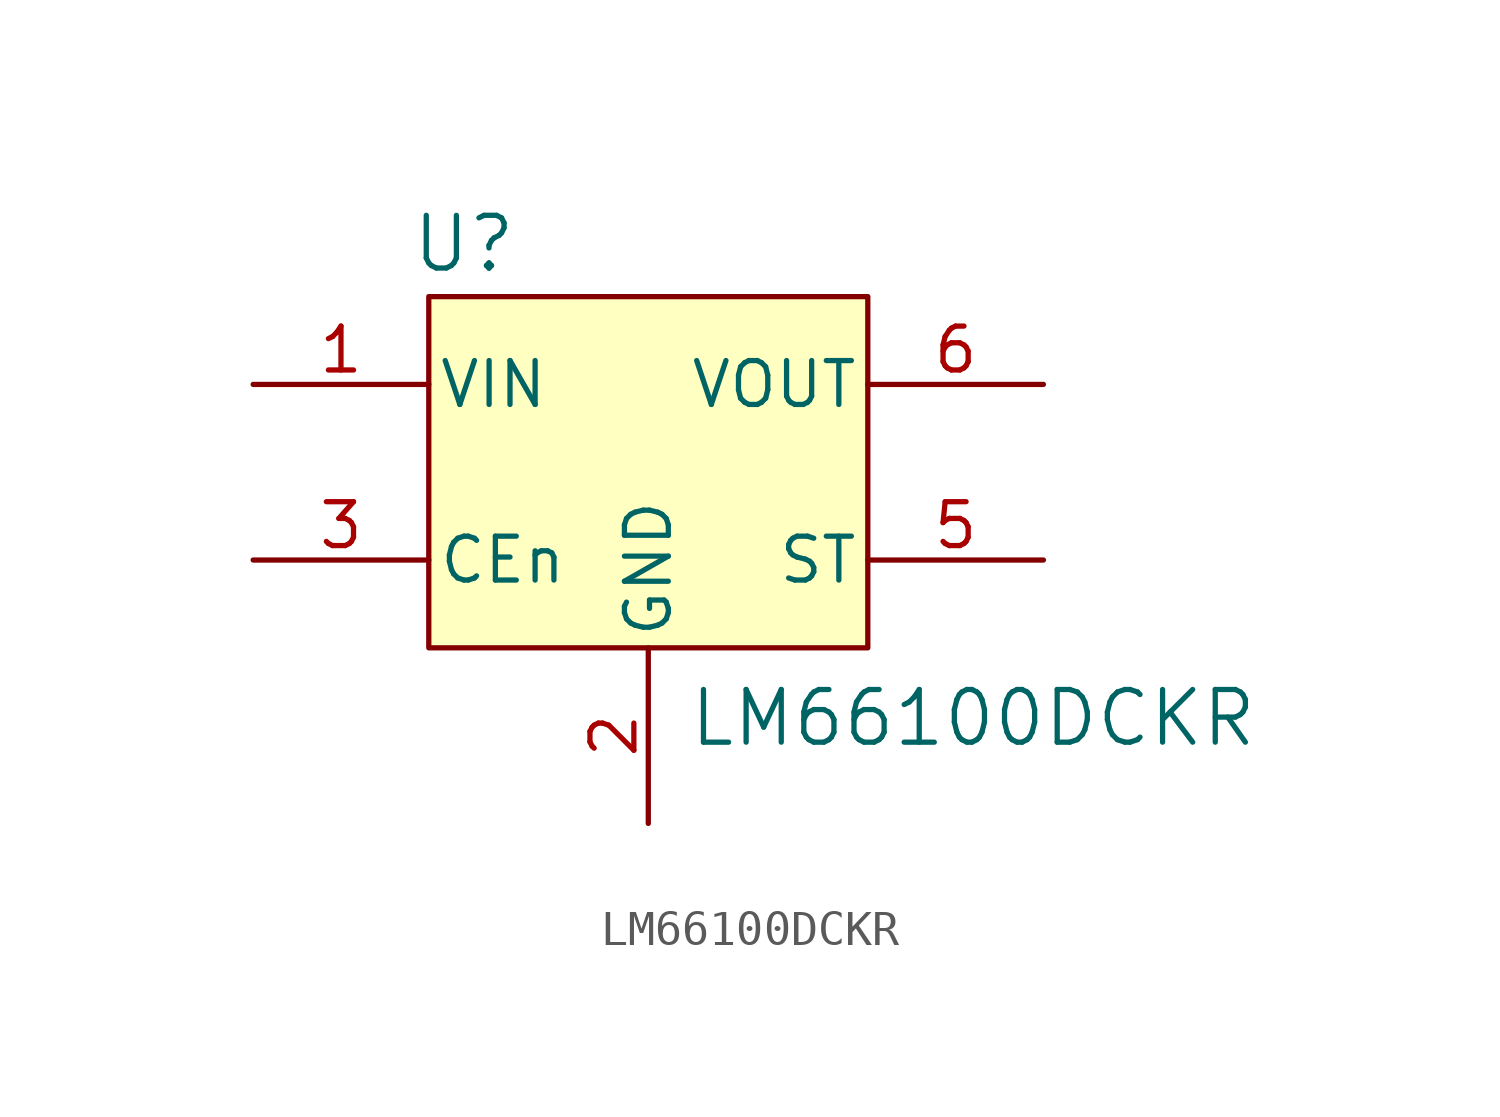
<source format=kicad_sym>
(kicad_symbol_lib
  (version 20231120)
  (generator "kicad_symbol_editor")
  (generator_version "8.0")
  (symbol "LM66100DCKR"
    (pin_names
      (offset 0.254))
    (property "Reference" "U"
      (at -5.334 6.604 0)
      (effects (font (size 1.524 1.524))))
    (property "Value" "LM66100DCKR"
      (at 9.398 -7.112 0)
      (effects (font (size 1.524 1.524))))
    (symbol "LM66100DCKR_0_1"
      (pin input line (at -11.43 2.54 0) (length 5.08) (name "VIN" (effects (font (size 1.27 1.27)))) (number "1" (effects (font (size 1.27 1.27)))))
      (pin power_in line (at 0 -10.16 90) (length 5.08) (name "GND" (effects (font (size 1.27 1.27)))) (number "2" (effects (font (size 1.27 1.27)))))
      (pin no_connect line (at 11.43 0 180) (length 5.08) hide (name "NC" (effects (font (size 1.27 1.27)))) (number "4" (effects (font (size 1.27 1.27)))))
      (pin output line (at 11.43 -2.54 180) (length 5.08) (name "ST" (effects (font (size 1.27 1.27)))) (number "5" (effects (font (size 1.27 1.27)))))
      (pin output line (at 11.43 2.54 180) (length 5.08) (name "VOUT" (effects (font (size 1.27 1.27)))) (number "6" (effects (font (size 1.27 1.27))))))
    (symbol "LM66100DCKR_1_1"
      (rectangle (start -6.35 5.08) (end 6.35 -5.08) (stroke (width 0) (type default)) (fill (type background)))
      (pin input line (at -11.43 -2.54 0) (length 5.08) (name "CEn" (effects (font (size 1.27 1.27)))) (number "3" (effects (font (size 1.27 1.27))))))))
</source>
